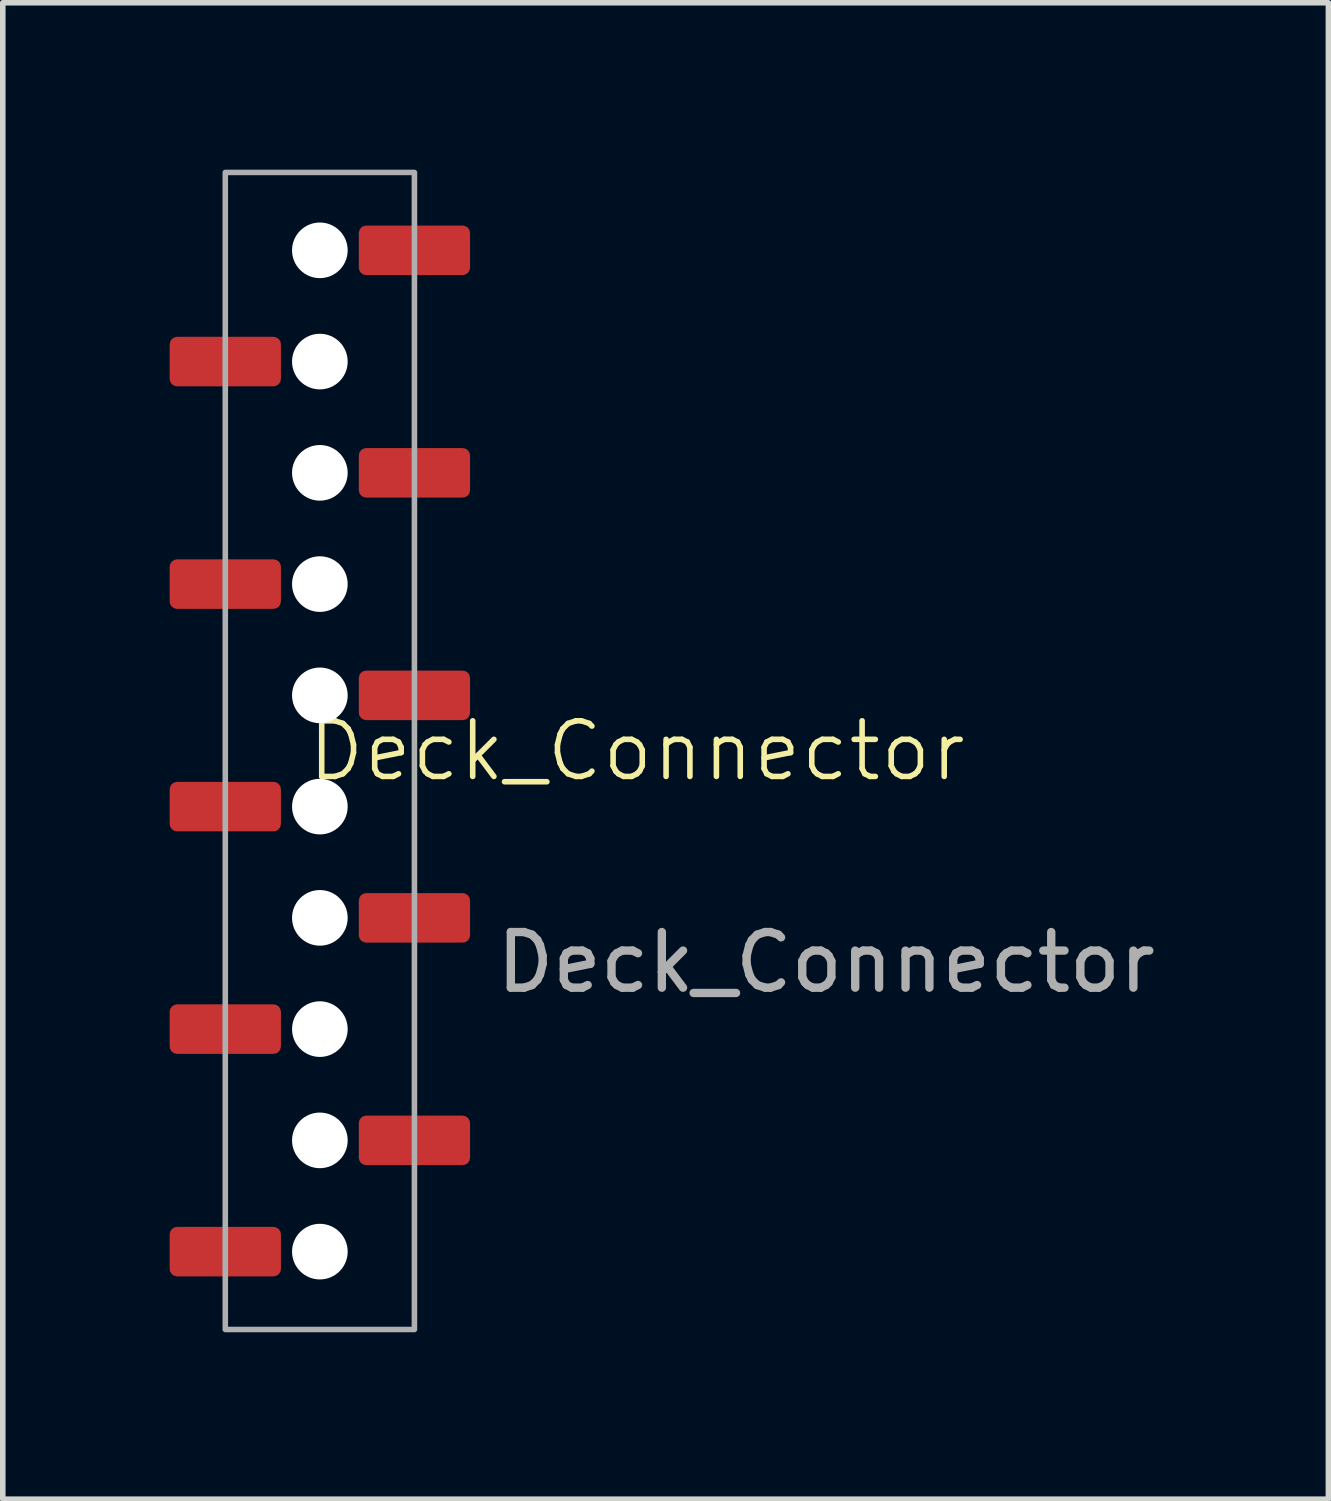
<source format=kicad_pcb>
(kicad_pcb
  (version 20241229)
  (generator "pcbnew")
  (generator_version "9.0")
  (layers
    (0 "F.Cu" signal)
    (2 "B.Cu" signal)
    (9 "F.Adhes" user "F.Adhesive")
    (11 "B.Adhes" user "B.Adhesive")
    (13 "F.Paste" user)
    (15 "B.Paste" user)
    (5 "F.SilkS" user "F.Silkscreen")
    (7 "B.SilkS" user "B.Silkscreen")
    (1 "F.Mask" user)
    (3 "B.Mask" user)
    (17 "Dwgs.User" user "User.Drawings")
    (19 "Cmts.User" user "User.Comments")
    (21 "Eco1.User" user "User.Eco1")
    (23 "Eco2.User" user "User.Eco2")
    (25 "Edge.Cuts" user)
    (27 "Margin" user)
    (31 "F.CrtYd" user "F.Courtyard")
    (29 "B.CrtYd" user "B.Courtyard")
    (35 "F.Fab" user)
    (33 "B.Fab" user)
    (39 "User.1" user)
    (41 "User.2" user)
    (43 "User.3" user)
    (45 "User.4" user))
  (footprint "Deck_Connector"
    (layer "F.Cu")
    (at 2.7 10.45)
    (property "Reference" "Deck_Connector" (at 5.7 0 0) (unlocked yes) (layer "F.SilkS") (effects (font (size 1 1) (thickness 0.1))))
    (attr smd)
    (fp_rect (start -1.7 -10.4) (end 1.7 10.4) (stroke (width 0.1) (type solid)) (fill no) (layer "F.Fab"))
    (fp_text user "${REFERENCE}" (at 9.1 3.8 0) (unlocked yes) (layer "F.Fab") (effects (font (size 1 1) (thickness 0.15))))
    (pad "" np_thru_hole circle (at 0 -9) (size 1 1) (drill 1) (layers "*.Cu" "*.Mask"))
    (pad "" np_thru_hole circle (at 0 -7) (size 1 1) (drill 1) (layers "*.Cu" "*.Mask"))
    (pad "" np_thru_hole circle (at 0 -5) (size 1 1) (drill 1) (layers "*.Cu" "*.Mask"))
    (pad "" np_thru_hole circle (at 0 -3) (size 1 1) (drill 1) (layers "*.Cu" "*.Mask"))
    (pad "" np_thru_hole circle (at 0 -1) (size 1 1) (drill 1) (layers "*.Cu" "*.Mask"))
    (pad "" np_thru_hole circle (at 0 1) (size 1 1) (drill 1) (layers "*.Cu" "*.Mask"))
    (pad "" np_thru_hole circle (at 0 3) (size 1 1) (drill 1) (layers "*.Cu" "*.Mask"))
    (pad "" np_thru_hole circle (at 0 5) (size 1 1) (drill 1) (layers "*.Cu" "*.Mask"))
    (pad "" np_thru_hole circle (at 0 7) (size 1 1) (drill 1) (layers "*.Cu" "*.Mask"))
    (pad "" np_thru_hole circle (at 0 9) (size 1 1) (drill 1) (layers "*.Cu" "*.Mask"))
    (pad "1" smd roundrect (at 1.7 -9) (size 2 0.89) (layers "F.Cu" "F.Mask" "F.Paste") (roundrect_rratio 0.15))
    (pad "2" smd roundrect (at -1.7 -7) (size 2 0.89) (layers "F.Cu" "F.Mask" "F.Paste") (roundrect_rratio 0.15))
    (pad "3" smd roundrect (at 1.7 -5) (size 2 0.89) (layers "F.Cu" "F.Mask" "F.Paste") (roundrect_rratio 0.15))
    (pad "4" smd roundrect (at -1.7 -3) (size 2 0.89) (layers "F.Cu" "F.Mask" "F.Paste") (roundrect_rratio 0.15))
    (pad "5" smd roundrect (at 1.7 -1) (size 2 0.89) (layers "F.Cu" "F.Mask" "F.Paste") (roundrect_rratio 0.15))
    (pad "6" smd roundrect (at -1.7 1) (size 2 0.89) (layers "F.Cu" "F.Mask" "F.Paste") (roundrect_rratio 0.15))
    (pad "7" smd roundrect (at 1.7 3) (size 2 0.89) (layers "F.Cu" "F.Mask" "F.Paste") (roundrect_rratio 0.15))
    (pad "8" smd roundrect (at -1.7 5) (size 2 0.89) (layers "F.Cu" "F.Mask" "F.Paste") (roundrect_rratio 0.15))
    (pad "9" smd roundrect (at 1.7 7) (size 2 0.89) (layers "F.Cu" "F.Mask" "F.Paste") (roundrect_rratio 0.15))
    (pad "10" smd roundrect (at -1.7 9) (size 2 0.89) (layers "F.Cu" "F.Mask" "F.Paste") (roundrect_rratio 0.15)))
  (gr_rect
    (start -3 -3)
    (end 20.83 23.9)
    (stroke (width 0.1) (type default))
    (fill no)
    (layer "Edge.Cuts")))
</source>
